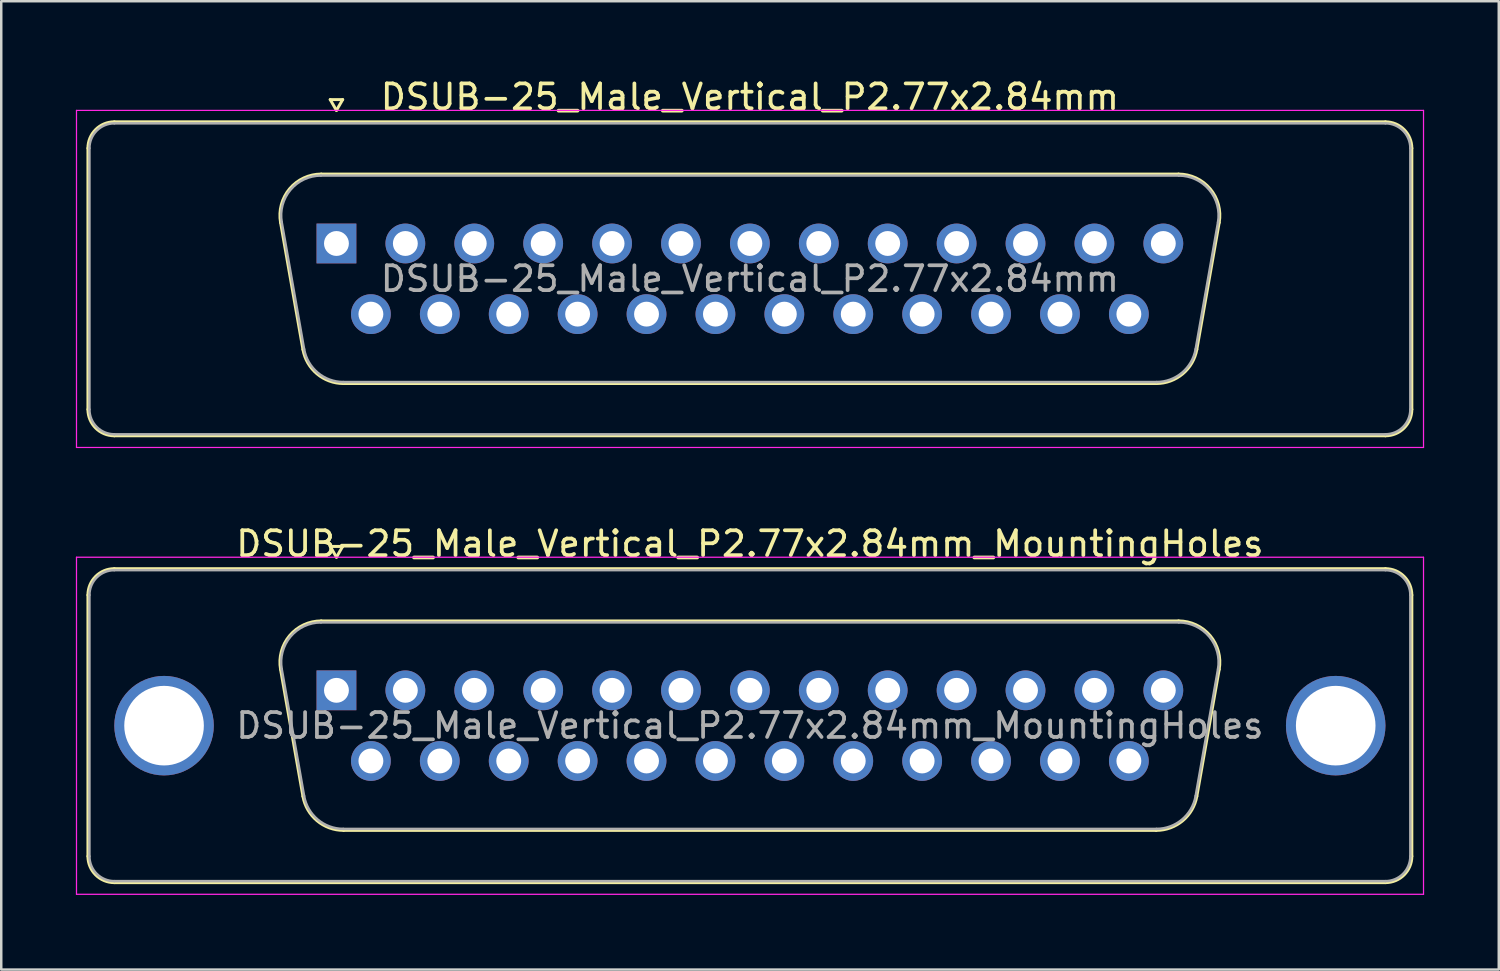
<source format=kicad_pcb>
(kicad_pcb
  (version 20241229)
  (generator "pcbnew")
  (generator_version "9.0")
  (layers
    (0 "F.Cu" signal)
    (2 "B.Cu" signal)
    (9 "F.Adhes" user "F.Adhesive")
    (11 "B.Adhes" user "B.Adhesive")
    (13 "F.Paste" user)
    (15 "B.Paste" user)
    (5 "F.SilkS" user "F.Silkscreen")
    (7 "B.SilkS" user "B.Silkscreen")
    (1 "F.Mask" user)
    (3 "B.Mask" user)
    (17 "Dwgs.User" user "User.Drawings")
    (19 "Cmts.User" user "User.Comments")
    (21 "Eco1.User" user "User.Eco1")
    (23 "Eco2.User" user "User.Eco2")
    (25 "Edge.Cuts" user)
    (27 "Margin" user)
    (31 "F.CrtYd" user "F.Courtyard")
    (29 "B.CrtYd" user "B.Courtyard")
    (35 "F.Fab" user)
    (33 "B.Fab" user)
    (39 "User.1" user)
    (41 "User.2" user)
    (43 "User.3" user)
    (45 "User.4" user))
  (footprint "DSUB-25_Male_Vertical_P2.77x2.84mm"
    (layer "F.Cu")
    (at 10.475 6.738)
    (property "Reference" "DSUB-25_Male_Vertical_P2.77x2.84mm" (at 16.62 -5.89 0) (layer "F.SilkS") (effects (font (size 1 1) (thickness 0.15))))
    (attr through_hole)
    (fp_line (start -9.99 6.67) (end -9.99 -3.83) (stroke (width 0.12) (type solid)) (layer "F.SilkS"))
    (fp_line (start -8.93 -4.89) (end 42.17 -4.89) (stroke (width 0.12) (type solid)) (layer "F.SilkS"))
    (fp_line (start -2.246 -0.842) (end -1.347 4.258) (stroke (width 0.12) (type solid)) (layer "F.SilkS"))
    (fp_line (start -0.612 -2.79) (end 33.852 -2.79) (stroke (width 0.12) (type solid)) (layer "F.SilkS"))
    (fp_line (start -0.25 -5.784) (end 0.25 -5.784) (stroke (width 0.12) (type solid)) (layer "F.SilkS"))
    (fp_line (start 0 -5.351) (end -0.25 -5.784) (stroke (width 0.12) (type solid)) (layer "F.SilkS"))
    (fp_line (start 0.25 -5.784) (end 0 -5.351) (stroke (width 0.12) (type solid)) (layer "F.SilkS"))
    (fp_line (start 0.288 5.63) (end 32.952 5.63) (stroke (width 0.12) (type solid)) (layer "F.SilkS"))
    (fp_line (start 35.486 -0.842) (end 34.587 4.258) (stroke (width 0.12) (type solid)) (layer "F.SilkS"))
    (fp_line (start 42.17 7.73) (end -8.93 7.73) (stroke (width 0.12) (type solid)) (layer "F.SilkS"))
    (fp_line (start 43.23 -3.83) (end 43.23 6.67) (stroke (width 0.12) (type solid)) (layer "F.SilkS"))
    (fp_arc (start -9.99 -3.83) (mid -9.679533 -4.579533) (end -8.93 -4.89) (stroke (width 0.12) (type solid)) (layer "F.SilkS"))
    (fp_arc (start -8.93 7.73) (mid -9.679533 7.419533) (end -9.99 6.67) (stroke (width 0.12) (type solid)) (layer "F.SilkS"))
    (fp_arc (start -2.24647 -0.841744) (mid -1.883323 -2.197028) (end -0.611689 -2.79) (stroke (width 0.12) (type solid)) (layer "F.SilkS"))
    (fp_arc (start 0.287579 5.63) (mid -0.779448 5.241634) (end -1.347202 4.258256) (stroke (width 0.12) (type solid)) (layer "F.SilkS"))
    (fp_arc (start 33.851689 -2.79) (mid 35.123323 -2.197027) (end 35.48647 -0.841744) (stroke (width 0.12) (type solid)) (layer "F.SilkS"))
    (fp_arc (start 34.587202 4.258256) (mid 34.019449 5.241634) (end 32.952421 5.63) (stroke (width 0.12) (type solid)) (layer "F.SilkS"))
    (fp_arc (start 42.17 -4.89) (mid 42.919533 -4.579533) (end 43.23 -3.83) (stroke (width 0.12) (type solid)) (layer "F.SilkS"))
    (fp_arc (start 43.23 6.67) (mid 42.919533 7.419533) (end 42.17 7.73) (stroke (width 0.12) (type solid)) (layer "F.SilkS"))
    (fp_line (start -10.45 -5.35) (end -10.45 8.2) (stroke (width 0.05) (type solid)) (layer "F.CrtYd"))
    (fp_line (start -10.45 8.2) (end 43.7 8.2) (stroke (width 0.05) (type solid)) (layer "F.CrtYd"))
    (fp_line (start 43.7 -5.35) (end -10.45 -5.35) (stroke (width 0.05) (type solid)) (layer "F.CrtYd"))
    (fp_line (start 43.7 8.2) (end 43.7 -5.35) (stroke (width 0.05) (type solid)) (layer "F.CrtYd"))
    (fp_line (start -9.93 6.67) (end -9.93 -3.83) (stroke (width 0.1) (type solid)) (layer "F.Fab"))
    (fp_line (start -8.93 -4.83) (end 42.17 -4.83) (stroke (width 0.1) (type solid)) (layer "F.Fab"))
    (fp_line (start -2.199 -0.852) (end -1.3 4.248) (stroke (width 0.1) (type solid)) (layer "F.Fab"))
    (fp_line (start -0.623 -2.73) (end 33.863 -2.73) (stroke (width 0.1) (type solid)) (layer "F.Fab"))
    (fp_line (start 0.276 5.57) (end 32.964 5.57) (stroke (width 0.1) (type solid)) (layer "F.Fab"))
    (fp_line (start 35.439 -0.852) (end 34.54 4.248) (stroke (width 0.1) (type solid)) (layer "F.Fab"))
    (fp_line (start 42.17 7.67) (end -8.93 7.67) (stroke (width 0.1) (type solid)) (layer "F.Fab"))
    (fp_line (start 43.17 -3.83) (end 43.17 6.67) (stroke (width 0.1) (type solid)) (layer "F.Fab"))
    (fp_arc (start -9.93 -3.83) (mid -9.637107 -4.537107) (end -8.93 -4.83) (stroke (width 0.1) (type solid)) (layer "F.Fab"))
    (fp_arc (start -8.93 7.67) (mid -9.637107 7.377107) (end -9.93 6.67) (stroke (width 0.1) (type solid)) (layer "F.Fab"))
    (fp_arc (start -2.198886 -0.852163) (mid -1.848865 -2.15846) (end -0.623194 -2.73) (stroke (width 0.1) (type solid)) (layer "F.Fab"))
    (fp_arc (start 0.276073 5.57) (mid -0.752387 5.195671) (end -1.299619 4.247837) (stroke (width 0.1) (type solid)) (layer "F.Fab"))
    (fp_arc (start 33.863194 -2.73) (mid 35.088865 -2.15846) (end 35.438886 -0.852163) (stroke (width 0.1) (type solid)) (layer "F.Fab"))
    (fp_arc (start 34.539619 4.247837) (mid 33.992387 5.195671) (end 32.963927 5.57) (stroke (width 0.1) (type solid)) (layer "F.Fab"))
    (fp_arc (start 42.17 -4.83) (mid 42.877107 -4.537107) (end 43.17 -3.83) (stroke (width 0.1) (type solid)) (layer "F.Fab"))
    (fp_arc (start 43.17 6.67) (mid 42.877107 7.377107) (end 42.17 7.67) (stroke (width 0.1) (type solid)) (layer "F.Fab"))
    (fp_text user "${REFERENCE}" (at 16.62 1.42 0) (layer "F.Fab") (effects (font (size 1 1) (thickness 0.15))))
    (pad "1" thru_hole rect (at 0 0) (size 1.6 1.6) (drill 1) (layers "*.Cu" "*.Mask"))
    (pad "2" thru_hole circle (at 2.77 0) (size 1.6 1.6) (drill 1) (layers "*.Cu" "*.Mask"))
    (pad "3" thru_hole circle (at 5.54 0) (size 1.6 1.6) (drill 1) (layers "*.Cu" "*.Mask"))
    (pad "4" thru_hole circle (at 8.31 0) (size 1.6 1.6) (drill 1) (layers "*.Cu" "*.Mask"))
    (pad "5" thru_hole circle (at 11.08 0) (size 1.6 1.6) (drill 1) (layers "*.Cu" "*.Mask"))
    (pad "6" thru_hole circle (at 13.85 0) (size 1.6 1.6) (drill 1) (layers "*.Cu" "*.Mask"))
    (pad "7" thru_hole circle (at 16.62 0) (size 1.6 1.6) (drill 1) (layers "*.Cu" "*.Mask"))
    (pad "8" thru_hole circle (at 19.39 0) (size 1.6 1.6) (drill 1) (layers "*.Cu" "*.Mask"))
    (pad "9" thru_hole circle (at 22.16 0) (size 1.6 1.6) (drill 1) (layers "*.Cu" "*.Mask"))
    (pad "10" thru_hole circle (at 24.93 0) (size 1.6 1.6) (drill 1) (layers "*.Cu" "*.Mask"))
    (pad "11" thru_hole circle (at 27.7 0) (size 1.6 1.6) (drill 1) (layers "*.Cu" "*.Mask"))
    (pad "12" thru_hole circle (at 30.47 0) (size 1.6 1.6) (drill 1) (layers "*.Cu" "*.Mask"))
    (pad "13" thru_hole circle (at 33.24 0) (size 1.6 1.6) (drill 1) (layers "*.Cu" "*.Mask"))
    (pad "14" thru_hole circle (at 1.385 2.84) (size 1.6 1.6) (drill 1) (layers "*.Cu" "*.Mask"))
    (pad "15" thru_hole circle (at 4.155 2.84) (size 1.6 1.6) (drill 1) (layers "*.Cu" "*.Mask"))
    (pad "16" thru_hole circle (at 6.925 2.84) (size 1.6 1.6) (drill 1) (layers "*.Cu" "*.Mask"))
    (pad "17" thru_hole circle (at 9.695 2.84) (size 1.6 1.6) (drill 1) (layers "*.Cu" "*.Mask"))
    (pad "18" thru_hole circle (at 12.465 2.84) (size 1.6 1.6) (drill 1) (layers "*.Cu" "*.Mask"))
    (pad "19" thru_hole circle (at 15.235 2.84) (size 1.6 1.6) (drill 1) (layers "*.Cu" "*.Mask"))
    (pad "20" thru_hole circle (at 18.005 2.84) (size 1.6 1.6) (drill 1) (layers "*.Cu" "*.Mask"))
    (pad "21" thru_hole circle (at 20.775 2.84) (size 1.6 1.6) (drill 1) (layers "*.Cu" "*.Mask"))
    (pad "22" thru_hole circle (at 23.545 2.84) (size 1.6 1.6) (drill 1) (layers "*.Cu" "*.Mask"))
    (pad "23" thru_hole circle (at 26.315 2.84) (size 1.6 1.6) (drill 1) (layers "*.Cu" "*.Mask"))
    (pad "24" thru_hole circle (at 29.085 2.84) (size 1.6 1.6) (drill 1) (layers "*.Cu" "*.Mask"))
    (pad "25" thru_hole circle (at 31.855 2.84) (size 1.6 1.6) (drill 1) (layers "*.Cu" "*.Mask")))
  (footprint "DSUB-25_Male_Vertical_P2.77x2.84mm_MountingHoles"
    (layer "F.Cu")
    (at 10.475 24.701)
    (property "Reference" "DSUB-25_Male_Vertical_P2.77x2.84mm_MountingHoles" (at 16.62 -5.89 0) (layer "F.SilkS") (effects (font (size 1 1) (thickness 0.15))))
    (attr through_hole)
    (fp_line (start -9.99 6.67) (end -9.99 -3.83) (stroke (width 0.12) (type solid)) (layer "F.SilkS"))
    (fp_line (start -8.93 -4.89) (end 42.17 -4.89) (stroke (width 0.12) (type solid)) (layer "F.SilkS"))
    (fp_line (start -2.246 -0.842) (end -1.347 4.258) (stroke (width 0.12) (type solid)) (layer "F.SilkS"))
    (fp_line (start -0.612 -2.79) (end 33.852 -2.79) (stroke (width 0.12) (type solid)) (layer "F.SilkS"))
    (fp_line (start -0.25 -5.784) (end 0.25 -5.784) (stroke (width 0.12) (type solid)) (layer "F.SilkS"))
    (fp_line (start 0 -5.351) (end -0.25 -5.784) (stroke (width 0.12) (type solid)) (layer "F.SilkS"))
    (fp_line (start 0.25 -5.784) (end 0 -5.351) (stroke (width 0.12) (type solid)) (layer "F.SilkS"))
    (fp_line (start 0.288 5.63) (end 32.952 5.63) (stroke (width 0.12) (type solid)) (layer "F.SilkS"))
    (fp_line (start 35.486 -0.842) (end 34.587 4.258) (stroke (width 0.12) (type solid)) (layer "F.SilkS"))
    (fp_line (start 42.17 7.73) (end -8.93 7.73) (stroke (width 0.12) (type solid)) (layer "F.SilkS"))
    (fp_line (start 43.23 -3.83) (end 43.23 6.67) (stroke (width 0.12) (type solid)) (layer "F.SilkS"))
    (fp_arc (start -9.99 -3.83) (mid -9.679533 -4.579533) (end -8.93 -4.89) (stroke (width 0.12) (type solid)) (layer "F.SilkS"))
    (fp_arc (start -8.93 7.73) (mid -9.679533 7.419533) (end -9.99 6.67) (stroke (width 0.12) (type solid)) (layer "F.SilkS"))
    (fp_arc (start -2.24647 -0.841744) (mid -1.883323 -2.197028) (end -0.611689 -2.79) (stroke (width 0.12) (type solid)) (layer "F.SilkS"))
    (fp_arc (start 0.287579 5.63) (mid -0.779448 5.241634) (end -1.347202 4.258256) (stroke (width 0.12) (type solid)) (layer "F.SilkS"))
    (fp_arc (start 33.851689 -2.79) (mid 35.123323 -2.197027) (end 35.48647 -0.841744) (stroke (width 0.12) (type solid)) (layer "F.SilkS"))
    (fp_arc (start 34.587202 4.258256) (mid 34.019449 5.241634) (end 32.952421 5.63) (stroke (width 0.12) (type solid)) (layer "F.SilkS"))
    (fp_arc (start 42.17 -4.89) (mid 42.919533 -4.579533) (end 43.23 -3.83) (stroke (width 0.12) (type solid)) (layer "F.SilkS"))
    (fp_arc (start 43.23 6.67) (mid 42.919533 7.419533) (end 42.17 7.73) (stroke (width 0.12) (type solid)) (layer "F.SilkS"))
    (fp_line (start -10.45 -5.35) (end -10.45 8.2) (stroke (width 0.05) (type solid)) (layer "F.CrtYd"))
    (fp_line (start -10.45 8.2) (end 43.7 8.2) (stroke (width 0.05) (type solid)) (layer "F.CrtYd"))
    (fp_line (start 43.7 -5.35) (end -10.45 -5.35) (stroke (width 0.05) (type solid)) (layer "F.CrtYd"))
    (fp_line (start 43.7 8.2) (end 43.7 -5.35) (stroke (width 0.05) (type solid)) (layer "F.CrtYd"))
    (fp_line (start -9.93 6.67) (end -9.93 -3.83) (stroke (width 0.1) (type solid)) (layer "F.Fab"))
    (fp_line (start -8.93 -4.83) (end 42.17 -4.83) (stroke (width 0.1) (type solid)) (layer "F.Fab"))
    (fp_line (start -2.199 -0.852) (end -1.3 4.248) (stroke (width 0.1) (type solid)) (layer "F.Fab"))
    (fp_line (start -0.623 -2.73) (end 33.863 -2.73) (stroke (width 0.1) (type solid)) (layer "F.Fab"))
    (fp_line (start 0.276 5.57) (end 32.964 5.57) (stroke (width 0.1) (type solid)) (layer "F.Fab"))
    (fp_line (start 35.439 -0.852) (end 34.54 4.248) (stroke (width 0.1) (type solid)) (layer "F.Fab"))
    (fp_line (start 42.17 7.67) (end -8.93 7.67) (stroke (width 0.1) (type solid)) (layer "F.Fab"))
    (fp_line (start 43.17 -3.83) (end 43.17 6.67) (stroke (width 0.1) (type solid)) (layer "F.Fab"))
    (fp_arc (start -9.93 -3.83) (mid -9.637107 -4.537107) (end -8.93 -4.83) (stroke (width 0.1) (type solid)) (layer "F.Fab"))
    (fp_arc (start -8.93 7.67) (mid -9.637107 7.377107) (end -9.93 6.67) (stroke (width 0.1) (type solid)) (layer "F.Fab"))
    (fp_arc (start -2.198886 -0.852163) (mid -1.848865 -2.15846) (end -0.623194 -2.73) (stroke (width 0.1) (type solid)) (layer "F.Fab"))
    (fp_arc (start 0.276073 5.57) (mid -0.752387 5.195671) (end -1.299619 4.247837) (stroke (width 0.1) (type solid)) (layer "F.Fab"))
    (fp_arc (start 33.863194 -2.73) (mid 35.088865 -2.15846) (end 35.438886 -0.852163) (stroke (width 0.1) (type solid)) (layer "F.Fab"))
    (fp_arc (start 34.539619 4.247837) (mid 33.992387 5.195671) (end 32.963927 5.57) (stroke (width 0.1) (type solid)) (layer "F.Fab"))
    (fp_arc (start 42.17 -4.83) (mid 42.877107 -4.537107) (end 43.17 -3.83) (stroke (width 0.1) (type solid)) (layer "F.Fab"))
    (fp_arc (start 43.17 6.67) (mid 42.877107 7.377107) (end 42.17 7.67) (stroke (width 0.1) (type solid)) (layer "F.Fab"))
    (fp_text user "${REFERENCE}" (at 16.62 1.42 0) (layer "F.Fab") (effects (font (size 1 1) (thickness 0.15))))
    (pad "0" thru_hole circle (at -6.93 1.42) (size 4 4) (drill 3.2) (layers "*.Cu" "*.Mask"))
    (pad "0" thru_hole circle (at 40.17 1.42) (size 4 4) (drill 3.2) (layers "*.Cu" "*.Mask"))
    (pad "1" thru_hole rect (at 0 0) (size 1.6 1.6) (drill 1) (layers "*.Cu" "*.Mask"))
    (pad "2" thru_hole circle (at 2.77 0) (size 1.6 1.6) (drill 1) (layers "*.Cu" "*.Mask"))
    (pad "3" thru_hole circle (at 5.54 0) (size 1.6 1.6) (drill 1) (layers "*.Cu" "*.Mask"))
    (pad "4" thru_hole circle (at 8.31 0) (size 1.6 1.6) (drill 1) (layers "*.Cu" "*.Mask"))
    (pad "5" thru_hole circle (at 11.08 0) (size 1.6 1.6) (drill 1) (layers "*.Cu" "*.Mask"))
    (pad "6" thru_hole circle (at 13.85 0) (size 1.6 1.6) (drill 1) (layers "*.Cu" "*.Mask"))
    (pad "7" thru_hole circle (at 16.62 0) (size 1.6 1.6) (drill 1) (layers "*.Cu" "*.Mask"))
    (pad "8" thru_hole circle (at 19.39 0) (size 1.6 1.6) (drill 1) (layers "*.Cu" "*.Mask"))
    (pad "9" thru_hole circle (at 22.16 0) (size 1.6 1.6) (drill 1) (layers "*.Cu" "*.Mask"))
    (pad "10" thru_hole circle (at 24.93 0) (size 1.6 1.6) (drill 1) (layers "*.Cu" "*.Mask"))
    (pad "11" thru_hole circle (at 27.7 0) (size 1.6 1.6) (drill 1) (layers "*.Cu" "*.Mask"))
    (pad "12" thru_hole circle (at 30.47 0) (size 1.6 1.6) (drill 1) (layers "*.Cu" "*.Mask"))
    (pad "13" thru_hole circle (at 33.24 0) (size 1.6 1.6) (drill 1) (layers "*.Cu" "*.Mask"))
    (pad "14" thru_hole circle (at 1.385 2.84) (size 1.6 1.6) (drill 1) (layers "*.Cu" "*.Mask"))
    (pad "15" thru_hole circle (at 4.155 2.84) (size 1.6 1.6) (drill 1) (layers "*.Cu" "*.Mask"))
    (pad "16" thru_hole circle (at 6.925 2.84) (size 1.6 1.6) (drill 1) (layers "*.Cu" "*.Mask"))
    (pad "17" thru_hole circle (at 9.695 2.84) (size 1.6 1.6) (drill 1) (layers "*.Cu" "*.Mask"))
    (pad "18" thru_hole circle (at 12.465 2.84) (size 1.6 1.6) (drill 1) (layers "*.Cu" "*.Mask"))
    (pad "19" thru_hole circle (at 15.235 2.84) (size 1.6 1.6) (drill 1) (layers "*.Cu" "*.Mask"))
    (pad "20" thru_hole circle (at 18.005 2.84) (size 1.6 1.6) (drill 1) (layers "*.Cu" "*.Mask"))
    (pad "21" thru_hole circle (at 20.775 2.84) (size 1.6 1.6) (drill 1) (layers "*.Cu" "*.Mask"))
    (pad "22" thru_hole circle (at 23.545 2.84) (size 1.6 1.6) (drill 1) (layers "*.Cu" "*.Mask"))
    (pad "23" thru_hole circle (at 26.315 2.84) (size 1.6 1.6) (drill 1) (layers "*.Cu" "*.Mask"))
    (pad "24" thru_hole circle (at 29.085 2.84) (size 1.6 1.6) (drill 1) (layers "*.Cu" "*.Mask"))
    (pad "25" thru_hole circle (at 31.855 2.84) (size 1.6 1.6) (drill 1) (layers "*.Cu" "*.Mask")))
  (gr_rect
    (start -3 -3)
    (end 57.2 35.926)
    (stroke (width 0.1) (type default))
    (fill no)
    (layer "Edge.Cuts")))
</source>
